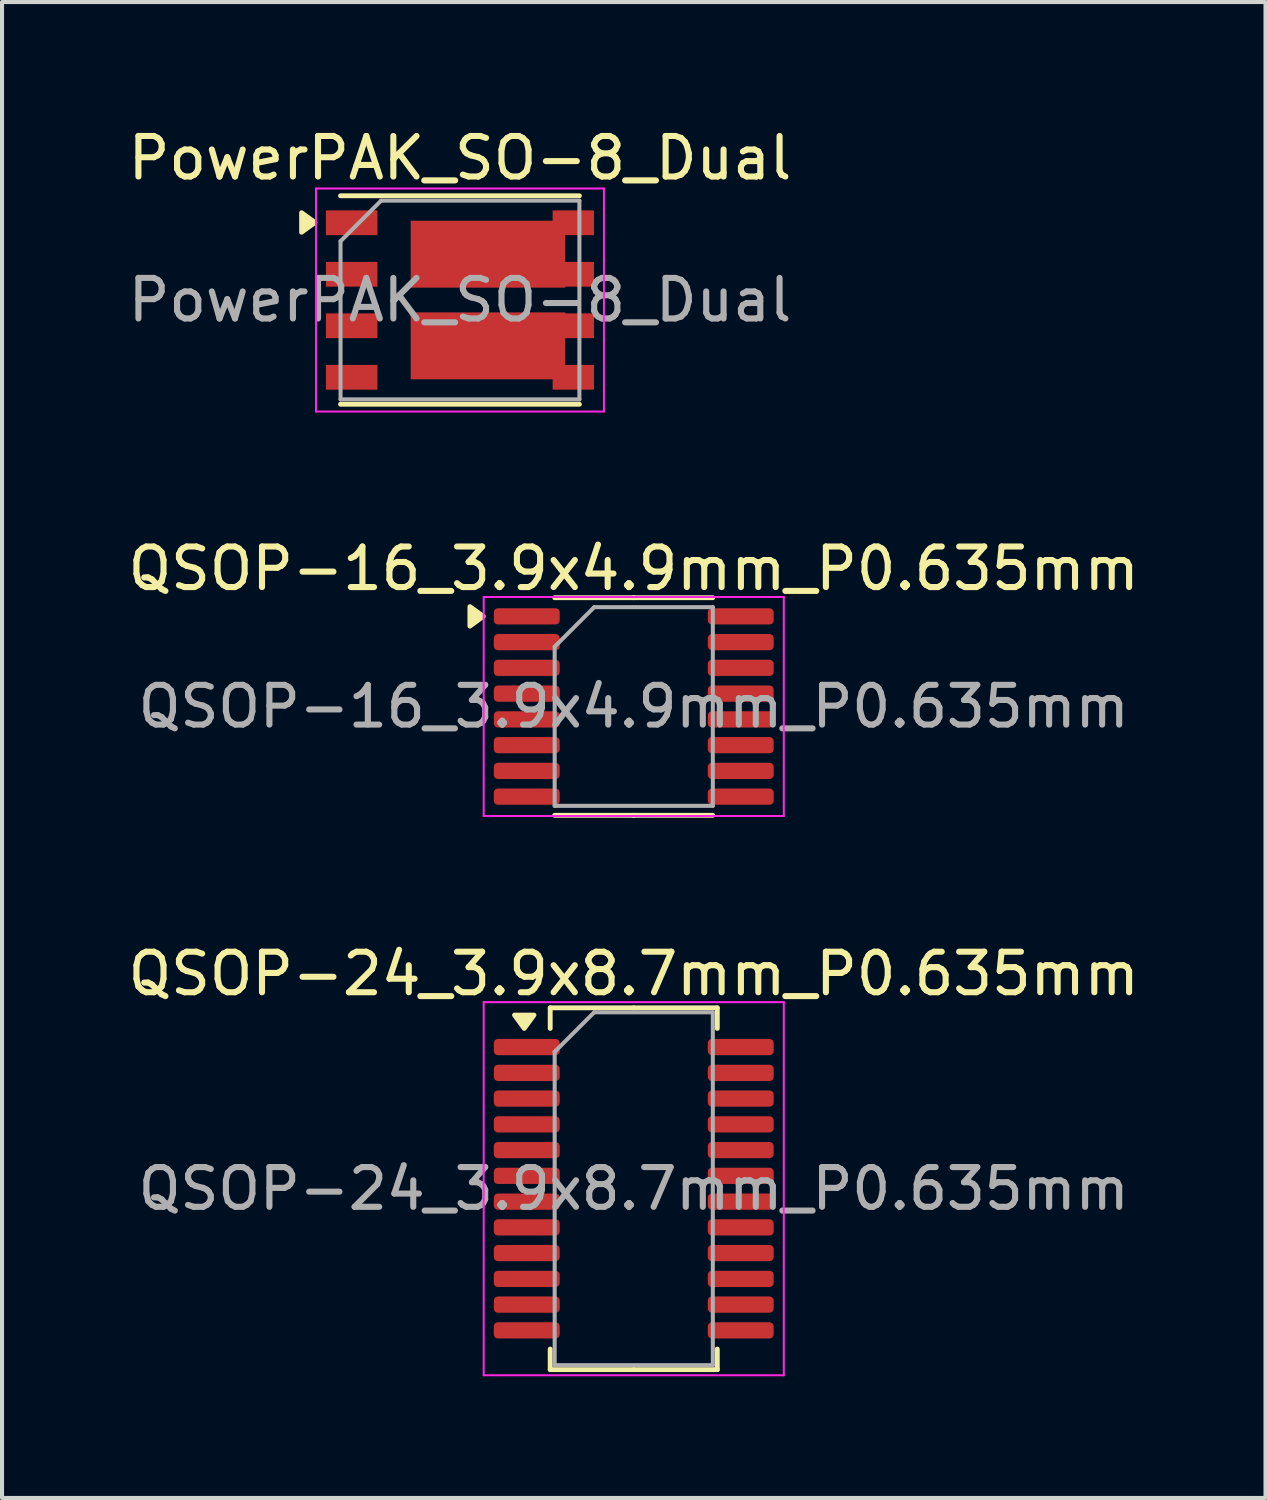
<source format=kicad_pcb>
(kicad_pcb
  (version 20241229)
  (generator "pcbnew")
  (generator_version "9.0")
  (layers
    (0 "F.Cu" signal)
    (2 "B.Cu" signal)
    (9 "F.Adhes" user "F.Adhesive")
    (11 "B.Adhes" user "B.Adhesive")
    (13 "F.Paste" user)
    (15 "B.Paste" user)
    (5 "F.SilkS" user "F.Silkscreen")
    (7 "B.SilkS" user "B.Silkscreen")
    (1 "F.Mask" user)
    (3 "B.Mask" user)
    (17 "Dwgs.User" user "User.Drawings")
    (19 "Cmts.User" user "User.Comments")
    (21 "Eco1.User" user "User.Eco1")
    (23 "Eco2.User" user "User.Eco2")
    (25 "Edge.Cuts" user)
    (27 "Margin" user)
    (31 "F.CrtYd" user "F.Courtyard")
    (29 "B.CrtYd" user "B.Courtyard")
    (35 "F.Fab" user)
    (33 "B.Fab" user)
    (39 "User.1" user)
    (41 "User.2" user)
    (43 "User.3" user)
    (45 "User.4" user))
  (footprint "PowerPAK_SO-8_Dual"
    (layer "F.Cu")
    (at 8.292 4.348)
    (property "Reference" "PowerPAK_SO-8_Dual" (at 0 -3.5 0) (layer "F.SilkS") (effects (font (size 1 1) (thickness 0.15))))
    (attr smd)
    (fp_line (start -2.945 -2.57) (end 2.945 -2.57) (stroke (width 0.12) (type solid)) (layer "F.SilkS"))
    (fp_line (start -2.945 2.57) (end 2.945 2.57) (stroke (width 0.12) (type solid)) (layer "F.SilkS"))
    (fp_poly (pts (xy -3.575 -1.912) (xy -3.905 -2.152) (xy -3.905 -1.672) (xy -3.575 -1.912)) (stroke (width 0.12) (type solid)) (fill yes) (layer "F.SilkS"))
    (fp_line (start -3.55 -2.75) (end -3.55 2.75) (stroke (width 0.05) (type solid)) (layer "F.CrtYd"))
    (fp_line (start -3.55 -2.75) (end 3.55 -2.75) (stroke (width 0.05) (type solid)) (layer "F.CrtYd"))
    (fp_line (start -3.55 2.75) (end 3.55 2.75) (stroke (width 0.05) (type solid)) (layer "F.CrtYd"))
    (fp_line (start 3.55 -2.75) (end 3.55 2.75) (stroke (width 0.05) (type solid)) (layer "F.CrtYd"))
    (fp_line (start -2.945 2.45) (end -2.945 -1.45) (stroke (width 0.1) (type solid)) (layer "F.Fab"))
    (fp_line (start -1.945 -2.45) (end -2.945 -1.45) (stroke (width 0.1) (type solid)) (layer "F.Fab"))
    (fp_line (start -1.945 -2.45) (end 2.945 -2.45) (stroke (width 0.1) (type solid)) (layer "F.Fab"))
    (fp_line (start 2.945 -2.45) (end 2.945 2.45) (stroke (width 0.1) (type solid)) (layer "F.Fab"))
    (fp_line (start 2.945 2.45) (end -2.945 2.45) (stroke (width 0.1) (type solid)) (layer "F.Fab"))
    (fp_text user "${REFERENCE}" (at 0 0 0) (layer "F.Fab") (effects (font (size 1 1) (thickness 0.15))))
    (pad "1" smd rect (at -2.67 -1.905) (size 1.27 0.61) (layers "F.Cu" "F.Mask" "F.Paste"))
    (pad "2" smd rect (at -2.67 -0.635) (size 1.27 0.61) (layers "F.Cu" "F.Mask" "F.Paste"))
    (pad "3" smd rect (at -2.67 0.635) (size 1.27 0.61) (layers "F.Cu" "F.Mask" "F.Paste"))
    (pad "4" smd rect (at -2.67 1.905) (size 1.27 0.61) (layers "F.Cu" "F.Mask" "F.Paste"))
    (pad "5" smd rect (at 0.69 -1.13) (size 3.81 1.65) (layers "F.Cu" "F.Mask" "F.Paste"))
    (pad "5" smd rect (at 2.795 -1.905) (size 1.02 0.61) (layers "F.Cu" "F.Mask" "F.Paste"))
    (pad "5" smd rect (at 2.795 -0.635) (size 1.02 0.61) (layers "F.Cu" "F.Mask" "F.Paste"))
    (pad "6" smd rect (at 0.69 1.13) (size 3.81 1.65) (layers "F.Cu" "F.Mask" "F.Paste"))
    (pad "6" smd rect (at 2.795 0.635) (size 1.02 0.61) (layers "F.Cu" "F.Mask" "F.Paste"))
    (pad "6" smd rect (at 2.795 1.905) (size 1.02 0.61) (layers "F.Cu" "F.Mask" "F.Paste")))
  (footprint "QSOP-24_3.9x8.7mm_P0.635mm"
    (layer "F.Cu")
    (at 12.577 26.262)
    (property "Reference" "QSOP-24_3.9x8.7mm_P0.635mm" (at 0 -5.3 0) (layer "F.SilkS") (effects (font (size 1 1) (thickness 0.15))))
    (attr smd)
    (fp_line (start -2.06 -4.46) (end -2.06 -3.953) (stroke (width 0.12) (type solid)) (layer "F.SilkS"))
    (fp_line (start -2.06 4.46) (end -2.06 3.953) (stroke (width 0.12) (type solid)) (layer "F.SilkS"))
    (fp_line (start 0 -4.46) (end -2.06 -4.46) (stroke (width 0.12) (type solid)) (layer "F.SilkS"))
    (fp_line (start 0 -4.46) (end 2.06 -4.46) (stroke (width 0.12) (type solid)) (layer "F.SilkS"))
    (fp_line (start 0 4.46) (end -2.06 4.46) (stroke (width 0.12) (type solid)) (layer "F.SilkS"))
    (fp_line (start 0 4.46) (end 2.06 4.46) (stroke (width 0.12) (type solid)) (layer "F.SilkS"))
    (fp_line (start 2.06 -4.46) (end 2.06 -3.953) (stroke (width 0.12) (type solid)) (layer "F.SilkS"))
    (fp_line (start 2.06 4.46) (end 2.06 3.953) (stroke (width 0.12) (type solid)) (layer "F.SilkS"))
    (fp_poly (pts (xy -2.7 -3.953) (xy -2.94 -4.282) (xy -2.46 -4.282) (xy -2.7 -3.953)) (stroke (width 0.12) (type solid)) (fill yes) (layer "F.SilkS"))
    (fp_line (start -3.7 -4.6) (end -3.7 4.6) (stroke (width 0.05) (type solid)) (layer "F.CrtYd"))
    (fp_line (start -3.7 4.6) (end 3.7 4.6) (stroke (width 0.05) (type solid)) (layer "F.CrtYd"))
    (fp_line (start 3.7 -4.6) (end -3.7 -4.6) (stroke (width 0.05) (type solid)) (layer "F.CrtYd"))
    (fp_line (start 3.7 4.6) (end 3.7 -4.6) (stroke (width 0.05) (type solid)) (layer "F.CrtYd"))
    (fp_line (start -1.95 -3.375) (end -0.975 -4.35) (stroke (width 0.1) (type solid)) (layer "F.Fab"))
    (fp_line (start -1.95 4.35) (end -1.95 -3.375) (stroke (width 0.1) (type solid)) (layer "F.Fab"))
    (fp_line (start -0.975 -4.35) (end 1.95 -4.35) (stroke (width 0.1) (type solid)) (layer "F.Fab"))
    (fp_line (start 1.95 -4.35) (end 1.95 4.35) (stroke (width 0.1) (type solid)) (layer "F.Fab"))
    (fp_line (start 1.95 4.35) (end -1.95 4.35) (stroke (width 0.1) (type solid)) (layer "F.Fab"))
    (fp_text user "${REFERENCE}" (at 0 0 0) (layer "F.Fab") (effects (font (size 0.98 0.98) (thickness 0.15))))
    (pad "1" smd roundrect (at -2.638 -3.493) (size 1.625 0.4) (layers "F.Cu" "F.Mask" "F.Paste") (roundrect_rratio 0.25))
    (pad "2" smd roundrect (at -2.638 -2.857) (size 1.625 0.4) (layers "F.Cu" "F.Mask" "F.Paste") (roundrect_rratio 0.25))
    (pad "3" smd roundrect (at -2.638 -2.223) (size 1.625 0.4) (layers "F.Cu" "F.Mask" "F.Paste") (roundrect_rratio 0.25))
    (pad "4" smd roundrect (at -2.638 -1.587) (size 1.625 0.4) (layers "F.Cu" "F.Mask" "F.Paste") (roundrect_rratio 0.25))
    (pad "5" smd roundrect (at -2.638 -0.953) (size 1.625 0.4) (layers "F.Cu" "F.Mask" "F.Paste") (roundrect_rratio 0.25))
    (pad "6" smd roundrect (at -2.638 -0.318) (size 1.625 0.4) (layers "F.Cu" "F.Mask" "F.Paste") (roundrect_rratio 0.25))
    (pad "7" smd roundrect (at -2.638 0.318) (size 1.625 0.4) (layers "F.Cu" "F.Mask" "F.Paste") (roundrect_rratio 0.25))
    (pad "8" smd roundrect (at -2.638 0.953) (size 1.625 0.4) (layers "F.Cu" "F.Mask" "F.Paste") (roundrect_rratio 0.25))
    (pad "9" smd roundrect (at -2.638 1.587) (size 1.625 0.4) (layers "F.Cu" "F.Mask" "F.Paste") (roundrect_rratio 0.25))
    (pad "10" smd roundrect (at -2.638 2.223) (size 1.625 0.4) (layers "F.Cu" "F.Mask" "F.Paste") (roundrect_rratio 0.25))
    (pad "11" smd roundrect (at -2.638 2.857) (size 1.625 0.4) (layers "F.Cu" "F.Mask" "F.Paste") (roundrect_rratio 0.25))
    (pad "12" smd roundrect (at -2.638 3.493) (size 1.625 0.4) (layers "F.Cu" "F.Mask" "F.Paste") (roundrect_rratio 0.25))
    (pad "13" smd roundrect (at 2.638 3.493) (size 1.625 0.4) (layers "F.Cu" "F.Mask" "F.Paste") (roundrect_rratio 0.25))
    (pad "14" smd roundrect (at 2.638 2.857) (size 1.625 0.4) (layers "F.Cu" "F.Mask" "F.Paste") (roundrect_rratio 0.25))
    (pad "15" smd roundrect (at 2.638 2.223) (size 1.625 0.4) (layers "F.Cu" "F.Mask" "F.Paste") (roundrect_rratio 0.25))
    (pad "16" smd roundrect (at 2.638 1.587) (size 1.625 0.4) (layers "F.Cu" "F.Mask" "F.Paste") (roundrect_rratio 0.25))
    (pad "17" smd roundrect (at 2.638 0.953) (size 1.625 0.4) (layers "F.Cu" "F.Mask" "F.Paste") (roundrect_rratio 0.25))
    (pad "18" smd roundrect (at 2.638 0.318) (size 1.625 0.4) (layers "F.Cu" "F.Mask" "F.Paste") (roundrect_rratio 0.25))
    (pad "19" smd roundrect (at 2.638 -0.318) (size 1.625 0.4) (layers "F.Cu" "F.Mask" "F.Paste") (roundrect_rratio 0.25))
    (pad "20" smd roundrect (at 2.638 -0.953) (size 1.625 0.4) (layers "F.Cu" "F.Mask" "F.Paste") (roundrect_rratio 0.25))
    (pad "21" smd roundrect (at 2.638 -1.587) (size 1.625 0.4) (layers "F.Cu" "F.Mask" "F.Paste") (roundrect_rratio 0.25))
    (pad "22" smd roundrect (at 2.638 -2.223) (size 1.625 0.4) (layers "F.Cu" "F.Mask" "F.Paste") (roundrect_rratio 0.25))
    (pad "23" smd roundrect (at 2.638 -2.857) (size 1.625 0.4) (layers "F.Cu" "F.Mask" "F.Paste") (roundrect_rratio 0.25))
    (pad "24" smd roundrect (at 2.638 -3.493) (size 1.625 0.4) (layers "F.Cu" "F.Mask" "F.Paste") (roundrect_rratio 0.25)))
  (footprint "QSOP-16_3.9x4.9mm_P0.635mm"
    (layer "F.Cu")
    (at 12.577 14.371)
    (property "Reference" "QSOP-16_3.9x4.9mm_P0.635mm" (at 0 -3.4 0) (layer "F.SilkS") (effects (font (size 1 1) (thickness 0.15))))
    (attr smd)
    (fp_line (start 0 -2.683) (end -1.95 -2.683) (stroke (width 0.12) (type solid)) (layer "F.SilkS"))
    (fp_line (start 0 -2.683) (end 1.95 -2.683) (stroke (width 0.12) (type solid)) (layer "F.SilkS"))
    (fp_line (start 0 2.683) (end -1.95 2.683) (stroke (width 0.12) (type solid)) (layer "F.SilkS"))
    (fp_line (start 0 2.683) (end 1.95 2.683) (stroke (width 0.12) (type solid)) (layer "F.SilkS"))
    (fp_poly (pts (xy -3.71 -2.223) (xy -4.04 -2.462) (xy -4.04 -1.982) (xy -3.71 -2.223)) (stroke (width 0.12) (type solid)) (fill yes) (layer "F.SilkS"))
    (fp_line (start -3.7 -2.7) (end -3.7 2.7) (stroke (width 0.05) (type solid)) (layer "F.CrtYd"))
    (fp_line (start -3.7 2.7) (end 3.7 2.7) (stroke (width 0.05) (type solid)) (layer "F.CrtYd"))
    (fp_line (start 3.7 -2.7) (end -3.7 -2.7) (stroke (width 0.05) (type solid)) (layer "F.CrtYd"))
    (fp_line (start 3.7 2.7) (end 3.7 -2.7) (stroke (width 0.05) (type solid)) (layer "F.CrtYd"))
    (fp_line (start -1.95 -1.475) (end -0.975 -2.45) (stroke (width 0.1) (type solid)) (layer "F.Fab"))
    (fp_line (start -1.95 2.45) (end -1.95 -1.475) (stroke (width 0.1) (type solid)) (layer "F.Fab"))
    (fp_line (start -0.975 -2.45) (end 1.95 -2.45) (stroke (width 0.1) (type solid)) (layer "F.Fab"))
    (fp_line (start 1.95 -2.45) (end 1.95 2.45) (stroke (width 0.1) (type solid)) (layer "F.Fab"))
    (fp_line (start 1.95 2.45) (end -1.95 2.45) (stroke (width 0.1) (type solid)) (layer "F.Fab"))
    (fp_text user "${REFERENCE}" (at 0 0 0) (layer "F.Fab") (effects (font (size 0.98 0.98) (thickness 0.15))))
    (pad "1" smd roundrect (at -2.638 -2.223) (size 1.625 0.4) (layers "F.Cu" "F.Mask" "F.Paste") (roundrect_rratio 0.25))
    (pad "2" smd roundrect (at -2.638 -1.587) (size 1.625 0.4) (layers "F.Cu" "F.Mask" "F.Paste") (roundrect_rratio 0.25))
    (pad "3" smd roundrect (at -2.638 -0.953) (size 1.625 0.4) (layers "F.Cu" "F.Mask" "F.Paste") (roundrect_rratio 0.25))
    (pad "4" smd roundrect (at -2.638 -0.318) (size 1.625 0.4) (layers "F.Cu" "F.Mask" "F.Paste") (roundrect_rratio 0.25))
    (pad "5" smd roundrect (at -2.638 0.318) (size 1.625 0.4) (layers "F.Cu" "F.Mask" "F.Paste") (roundrect_rratio 0.25))
    (pad "6" smd roundrect (at -2.638 0.953) (size 1.625 0.4) (layers "F.Cu" "F.Mask" "F.Paste") (roundrect_rratio 0.25))
    (pad "7" smd roundrect (at -2.638 1.587) (size 1.625 0.4) (layers "F.Cu" "F.Mask" "F.Paste") (roundrect_rratio 0.25))
    (pad "8" smd roundrect (at -2.638 2.223) (size 1.625 0.4) (layers "F.Cu" "F.Mask" "F.Paste") (roundrect_rratio 0.25))
    (pad "9" smd roundrect (at 2.638 2.223) (size 1.625 0.4) (layers "F.Cu" "F.Mask" "F.Paste") (roundrect_rratio 0.25))
    (pad "10" smd roundrect (at 2.638 1.587) (size 1.625 0.4) (layers "F.Cu" "F.Mask" "F.Paste") (roundrect_rratio 0.25))
    (pad "11" smd roundrect (at 2.638 0.953) (size 1.625 0.4) (layers "F.Cu" "F.Mask" "F.Paste") (roundrect_rratio 0.25))
    (pad "12" smd roundrect (at 2.638 0.318) (size 1.625 0.4) (layers "F.Cu" "F.Mask" "F.Paste") (roundrect_rratio 0.25))
    (pad "13" smd roundrect (at 2.638 -0.318) (size 1.625 0.4) (layers "F.Cu" "F.Mask" "F.Paste") (roundrect_rratio 0.25))
    (pad "14" smd roundrect (at 2.638 -0.953) (size 1.625 0.4) (layers "F.Cu" "F.Mask" "F.Paste") (roundrect_rratio 0.25))
    (pad "15" smd roundrect (at 2.638 -1.587) (size 1.625 0.4) (layers "F.Cu" "F.Mask" "F.Paste") (roundrect_rratio 0.25))
    (pad "16" smd roundrect (at 2.638 -2.223) (size 1.625 0.4) (layers "F.Cu" "F.Mask" "F.Paste") (roundrect_rratio 0.25)))
  (gr_rect
    (start -3 -3)
    (end 28.155 33.887)
    (stroke (width 0.1) (type default))
    (fill no)
    (layer "Edge.Cuts")))
</source>
